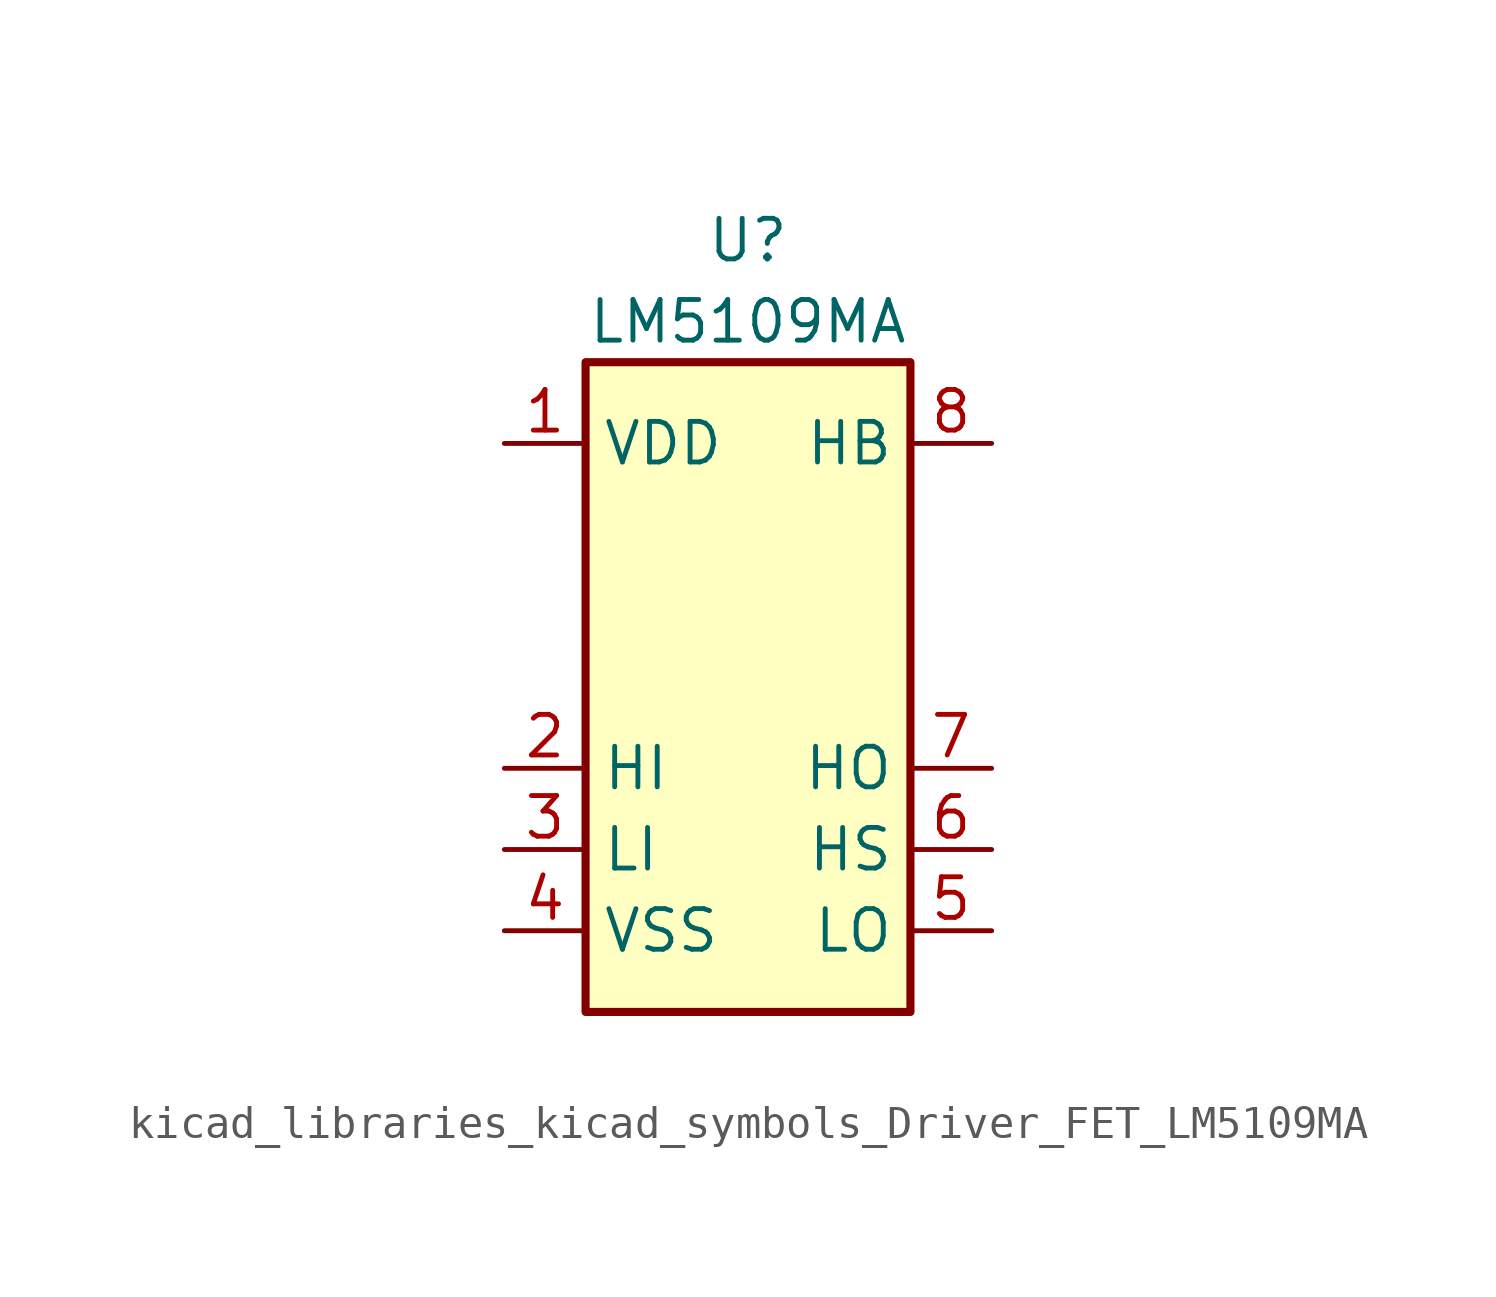
<source format=kicad_sym>
(kicad_symbol_lib
  (version 20220914)
  (generator kicad_symbol_editor)
  (symbol "kicad_libraries_kicad_symbols_Driver_FET_LM5109MA"
    (property "Reference" "U"
      (at 0 13.97 0)
      (effects (font (size 1.27 1.27))))
    (property "Value" "LM5109MA"
      (at 0 11.43 0)
      (effects (font (size 1.27 1.27))))
    (symbol "kicad_libraries_kicad_symbols_Driver_FET_LM5109MA_0_1"
      (rectangle (start -5.08 -10.16) (end 5.08 10.16) (stroke (width 0.254) (type default)) (fill (type background))))
    (symbol "kicad_libraries_kicad_symbols_Driver_FET_LM5109MA_1_1"
      (pin power_in line (at -7.62 7.62 0) (length 2.54) (name "VDD" (effects (font (size 1.27 1.27)))) (number "1" (effects (font (size 1.27 1.27)))))
      (pin input line (at -7.62 -2.54 0) (length 2.54) (name "HI" (effects (font (size 1.27 1.27)))) (number "2" (effects (font (size 1.27 1.27)))))
      (pin input line (at -7.62 -5.08 0) (length 2.54) (name "LI" (effects (font (size 1.27 1.27)))) (number "3" (effects (font (size 1.27 1.27)))))
      (pin power_in line (at -7.62 -7.62 0) (length 2.54) (name "VSS" (effects (font (size 1.27 1.27)))) (number "4" (effects (font (size 1.27 1.27)))))
      (pin output line (at 7.62 -7.62 180) (length 2.54) (name "LO" (effects (font (size 1.27 1.27)))) (number "5" (effects (font (size 1.27 1.27)))))
      (pin passive line (at 7.62 -5.08 180) (length 2.54) (name "HS" (effects (font (size 1.27 1.27)))) (number "6" (effects (font (size 1.27 1.27)))))
      (pin output line (at 7.62 -2.54 180) (length 2.54) (name "HO" (effects (font (size 1.27 1.27)))) (number "7" (effects (font (size 1.27 1.27)))))
      (pin passive line (at 7.62 7.62 180) (length 2.54) (name "HB" (effects (font (size 1.27 1.27)))) (number "8" (effects (font (size 1.27 1.27))))))))
</source>
